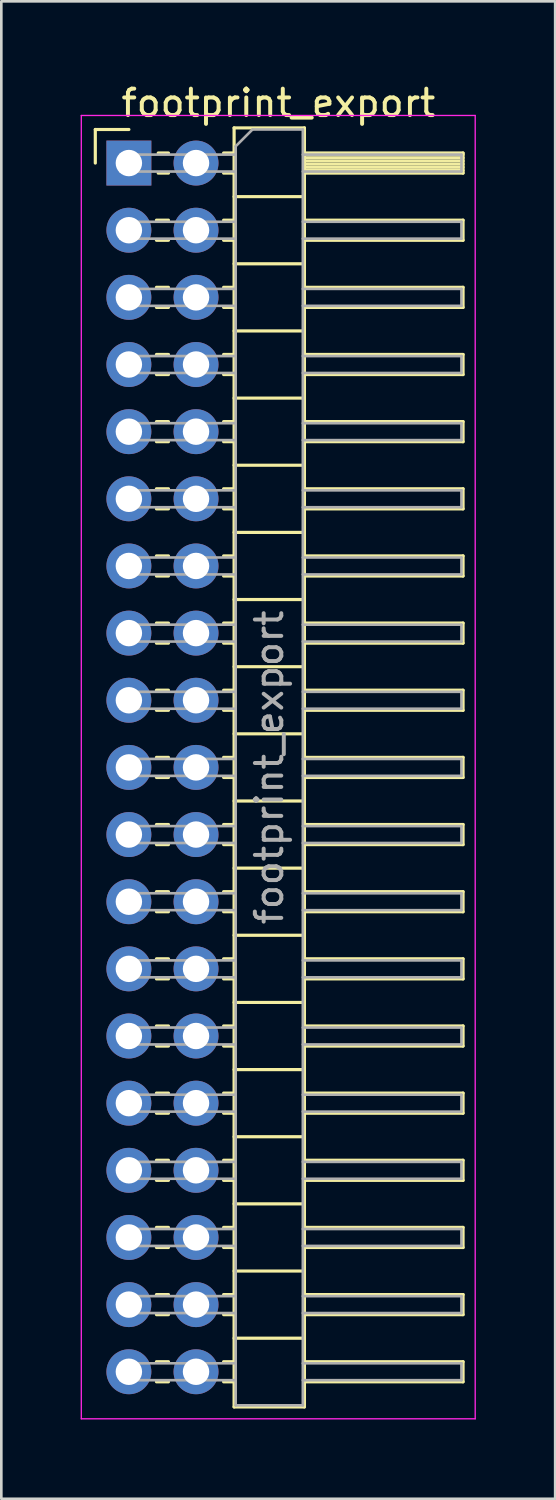
<source format=kicad_pcb>
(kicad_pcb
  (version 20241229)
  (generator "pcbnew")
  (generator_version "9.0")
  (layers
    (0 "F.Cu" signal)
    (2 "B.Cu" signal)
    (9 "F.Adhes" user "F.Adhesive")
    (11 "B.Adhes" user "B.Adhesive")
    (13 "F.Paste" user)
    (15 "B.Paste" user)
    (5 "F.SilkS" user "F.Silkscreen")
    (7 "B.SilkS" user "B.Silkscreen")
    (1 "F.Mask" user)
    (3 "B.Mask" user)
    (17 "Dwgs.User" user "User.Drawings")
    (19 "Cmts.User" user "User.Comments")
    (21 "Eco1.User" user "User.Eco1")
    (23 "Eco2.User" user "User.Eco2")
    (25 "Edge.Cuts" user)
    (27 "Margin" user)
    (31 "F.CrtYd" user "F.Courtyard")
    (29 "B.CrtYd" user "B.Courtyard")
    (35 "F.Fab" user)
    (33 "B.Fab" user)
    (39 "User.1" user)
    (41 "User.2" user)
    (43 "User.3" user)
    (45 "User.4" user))
  (footprint "footprint_export"
    (layer "F.Cu")
    (at 1.825 3.118)
    (property "Reference" "footprint_export" (at 5.655 -2.27 0) (layer "F.SilkS") (effects (font (size 1 1) (thickness 0.15))))
    (attr through_hole)
    (fp_line (start -1.27 -1.27) (end 0 -1.27) (stroke (width 0.12) (type solid)) (layer "F.SilkS"))
    (fp_line (start -1.27 0) (end -1.27 -1.27) (stroke (width 0.12) (type solid)) (layer "F.SilkS"))
    (fp_line (start 1.043 2.16) (end 1.497 2.16) (stroke (width 0.12) (type solid)) (layer "F.SilkS"))
    (fp_line (start 1.043 2.92) (end 1.497 2.92) (stroke (width 0.12) (type solid)) (layer "F.SilkS"))
    (fp_line (start 1.043 4.7) (end 1.497 4.7) (stroke (width 0.12) (type solid)) (layer "F.SilkS"))
    (fp_line (start 1.043 5.46) (end 1.497 5.46) (stroke (width 0.12) (type solid)) (layer "F.SilkS"))
    (fp_line (start 1.043 7.24) (end 1.497 7.24) (stroke (width 0.12) (type solid)) (layer "F.SilkS"))
    (fp_line (start 1.043 8) (end 1.497 8) (stroke (width 0.12) (type solid)) (layer "F.SilkS"))
    (fp_line (start 1.043 9.78) (end 1.497 9.78) (stroke (width 0.12) (type solid)) (layer "F.SilkS"))
    (fp_line (start 1.043 10.54) (end 1.497 10.54) (stroke (width 0.12) (type solid)) (layer "F.SilkS"))
    (fp_line (start 1.043 12.32) (end 1.497 12.32) (stroke (width 0.12) (type solid)) (layer "F.SilkS"))
    (fp_line (start 1.043 13.08) (end 1.497 13.08) (stroke (width 0.12) (type solid)) (layer "F.SilkS"))
    (fp_line (start 1.043 14.86) (end 1.497 14.86) (stroke (width 0.12) (type solid)) (layer "F.SilkS"))
    (fp_line (start 1.043 15.62) (end 1.497 15.62) (stroke (width 0.12) (type solid)) (layer "F.SilkS"))
    (fp_line (start 1.043 17.4) (end 1.497 17.4) (stroke (width 0.12) (type solid)) (layer "F.SilkS"))
    (fp_line (start 1.043 18.16) (end 1.497 18.16) (stroke (width 0.12) (type solid)) (layer "F.SilkS"))
    (fp_line (start 1.043 19.94) (end 1.497 19.94) (stroke (width 0.12) (type solid)) (layer "F.SilkS"))
    (fp_line (start 1.043 20.7) (end 1.497 20.7) (stroke (width 0.12) (type solid)) (layer "F.SilkS"))
    (fp_line (start 1.043 22.48) (end 1.497 22.48) (stroke (width 0.12) (type solid)) (layer "F.SilkS"))
    (fp_line (start 1.043 23.24) (end 1.497 23.24) (stroke (width 0.12) (type solid)) (layer "F.SilkS"))
    (fp_line (start 1.043 25.02) (end 1.497 25.02) (stroke (width 0.12) (type solid)) (layer "F.SilkS"))
    (fp_line (start 1.043 25.78) (end 1.497 25.78) (stroke (width 0.12) (type solid)) (layer "F.SilkS"))
    (fp_line (start 1.043 27.56) (end 1.497 27.56) (stroke (width 0.12) (type solid)) (layer "F.SilkS"))
    (fp_line (start 1.043 28.32) (end 1.497 28.32) (stroke (width 0.12) (type solid)) (layer "F.SilkS"))
    (fp_line (start 1.043 30.1) (end 1.497 30.1) (stroke (width 0.12) (type solid)) (layer "F.SilkS"))
    (fp_line (start 1.043 30.86) (end 1.497 30.86) (stroke (width 0.12) (type solid)) (layer "F.SilkS"))
    (fp_line (start 1.043 32.64) (end 1.497 32.64) (stroke (width 0.12) (type solid)) (layer "F.SilkS"))
    (fp_line (start 1.043 33.4) (end 1.497 33.4) (stroke (width 0.12) (type solid)) (layer "F.SilkS"))
    (fp_line (start 1.043 35.18) (end 1.497 35.18) (stroke (width 0.12) (type solid)) (layer "F.SilkS"))
    (fp_line (start 1.043 35.94) (end 1.497 35.94) (stroke (width 0.12) (type solid)) (layer "F.SilkS"))
    (fp_line (start 1.043 37.72) (end 1.497 37.72) (stroke (width 0.12) (type solid)) (layer "F.SilkS"))
    (fp_line (start 1.043 38.48) (end 1.497 38.48) (stroke (width 0.12) (type solid)) (layer "F.SilkS"))
    (fp_line (start 1.043 40.26) (end 1.497 40.26) (stroke (width 0.12) (type solid)) (layer "F.SilkS"))
    (fp_line (start 1.043 41.02) (end 1.497 41.02) (stroke (width 0.12) (type solid)) (layer "F.SilkS"))
    (fp_line (start 1.043 42.8) (end 1.497 42.8) (stroke (width 0.12) (type solid)) (layer "F.SilkS"))
    (fp_line (start 1.043 43.56) (end 1.497 43.56) (stroke (width 0.12) (type solid)) (layer "F.SilkS"))
    (fp_line (start 1.043 45.34) (end 1.497 45.34) (stroke (width 0.12) (type solid)) (layer "F.SilkS"))
    (fp_line (start 1.043 46.1) (end 1.497 46.1) (stroke (width 0.12) (type solid)) (layer "F.SilkS"))
    (fp_line (start 1.11 -0.38) (end 1.497 -0.38) (stroke (width 0.12) (type solid)) (layer "F.SilkS"))
    (fp_line (start 1.11 0.38) (end 1.497 0.38) (stroke (width 0.12) (type solid)) (layer "F.SilkS"))
    (fp_line (start 3.583 -0.38) (end 3.98 -0.38) (stroke (width 0.12) (type solid)) (layer "F.SilkS"))
    (fp_line (start 3.583 0.38) (end 3.98 0.38) (stroke (width 0.12) (type solid)) (layer "F.SilkS"))
    (fp_line (start 3.583 2.16) (end 3.98 2.16) (stroke (width 0.12) (type solid)) (layer "F.SilkS"))
    (fp_line (start 3.583 2.92) (end 3.98 2.92) (stroke (width 0.12) (type solid)) (layer "F.SilkS"))
    (fp_line (start 3.583 4.7) (end 3.98 4.7) (stroke (width 0.12) (type solid)) (layer "F.SilkS"))
    (fp_line (start 3.583 5.46) (end 3.98 5.46) (stroke (width 0.12) (type solid)) (layer "F.SilkS"))
    (fp_line (start 3.583 7.24) (end 3.98 7.24) (stroke (width 0.12) (type solid)) (layer "F.SilkS"))
    (fp_line (start 3.583 8) (end 3.98 8) (stroke (width 0.12) (type solid)) (layer "F.SilkS"))
    (fp_line (start 3.583 9.78) (end 3.98 9.78) (stroke (width 0.12) (type solid)) (layer "F.SilkS"))
    (fp_line (start 3.583 10.54) (end 3.98 10.54) (stroke (width 0.12) (type solid)) (layer "F.SilkS"))
    (fp_line (start 3.583 12.32) (end 3.98 12.32) (stroke (width 0.12) (type solid)) (layer "F.SilkS"))
    (fp_line (start 3.583 13.08) (end 3.98 13.08) (stroke (width 0.12) (type solid)) (layer "F.SilkS"))
    (fp_line (start 3.583 14.86) (end 3.98 14.86) (stroke (width 0.12) (type solid)) (layer "F.SilkS"))
    (fp_line (start 3.583 15.62) (end 3.98 15.62) (stroke (width 0.12) (type solid)) (layer "F.SilkS"))
    (fp_line (start 3.583 17.4) (end 3.98 17.4) (stroke (width 0.12) (type solid)) (layer "F.SilkS"))
    (fp_line (start 3.583 18.16) (end 3.98 18.16) (stroke (width 0.12) (type solid)) (layer "F.SilkS"))
    (fp_line (start 3.583 19.94) (end 3.98 19.94) (stroke (width 0.12) (type solid)) (layer "F.SilkS"))
    (fp_line (start 3.583 20.7) (end 3.98 20.7) (stroke (width 0.12) (type solid)) (layer "F.SilkS"))
    (fp_line (start 3.583 22.48) (end 3.98 22.48) (stroke (width 0.12) (type solid)) (layer "F.SilkS"))
    (fp_line (start 3.583 23.24) (end 3.98 23.24) (stroke (width 0.12) (type solid)) (layer "F.SilkS"))
    (fp_line (start 3.583 25.02) (end 3.98 25.02) (stroke (width 0.12) (type solid)) (layer "F.SilkS"))
    (fp_line (start 3.583 25.78) (end 3.98 25.78) (stroke (width 0.12) (type solid)) (layer "F.SilkS"))
    (fp_line (start 3.583 27.56) (end 3.98 27.56) (stroke (width 0.12) (type solid)) (layer "F.SilkS"))
    (fp_line (start 3.583 28.32) (end 3.98 28.32) (stroke (width 0.12) (type solid)) (layer "F.SilkS"))
    (fp_line (start 3.583 30.1) (end 3.98 30.1) (stroke (width 0.12) (type solid)) (layer "F.SilkS"))
    (fp_line (start 3.583 30.86) (end 3.98 30.86) (stroke (width 0.12) (type solid)) (layer "F.SilkS"))
    (fp_line (start 3.583 32.64) (end 3.98 32.64) (stroke (width 0.12) (type solid)) (layer "F.SilkS"))
    (fp_line (start 3.583 33.4) (end 3.98 33.4) (stroke (width 0.12) (type solid)) (layer "F.SilkS"))
    (fp_line (start 3.583 35.18) (end 3.98 35.18) (stroke (width 0.12) (type solid)) (layer "F.SilkS"))
    (fp_line (start 3.583 35.94) (end 3.98 35.94) (stroke (width 0.12) (type solid)) (layer "F.SilkS"))
    (fp_line (start 3.583 37.72) (end 3.98 37.72) (stroke (width 0.12) (type solid)) (layer "F.SilkS"))
    (fp_line (start 3.583 38.48) (end 3.98 38.48) (stroke (width 0.12) (type solid)) (layer "F.SilkS"))
    (fp_line (start 3.583 40.26) (end 3.98 40.26) (stroke (width 0.12) (type solid)) (layer "F.SilkS"))
    (fp_line (start 3.583 41.02) (end 3.98 41.02) (stroke (width 0.12) (type solid)) (layer "F.SilkS"))
    (fp_line (start 3.583 42.8) (end 3.98 42.8) (stroke (width 0.12) (type solid)) (layer "F.SilkS"))
    (fp_line (start 3.583 43.56) (end 3.98 43.56) (stroke (width 0.12) (type solid)) (layer "F.SilkS"))
    (fp_line (start 3.583 45.34) (end 3.98 45.34) (stroke (width 0.12) (type solid)) (layer "F.SilkS"))
    (fp_line (start 3.583 46.1) (end 3.98 46.1) (stroke (width 0.12) (type solid)) (layer "F.SilkS"))
    (fp_line (start 3.98 -1.33) (end 3.98 47.05) (stroke (width 0.12) (type solid)) (layer "F.SilkS"))
    (fp_line (start 3.98 1.27) (end 6.64 1.27) (stroke (width 0.12) (type solid)) (layer "F.SilkS"))
    (fp_line (start 3.98 3.81) (end 6.64 3.81) (stroke (width 0.12) (type solid)) (layer "F.SilkS"))
    (fp_line (start 3.98 6.35) (end 6.64 6.35) (stroke (width 0.12) (type solid)) (layer "F.SilkS"))
    (fp_line (start 3.98 8.89) (end 6.64 8.89) (stroke (width 0.12) (type solid)) (layer "F.SilkS"))
    (fp_line (start 3.98 11.43) (end 6.64 11.43) (stroke (width 0.12) (type solid)) (layer "F.SilkS"))
    (fp_line (start 3.98 13.97) (end 6.64 13.97) (stroke (width 0.12) (type solid)) (layer "F.SilkS"))
    (fp_line (start 3.98 16.51) (end 6.64 16.51) (stroke (width 0.12) (type solid)) (layer "F.SilkS"))
    (fp_line (start 3.98 19.05) (end 6.64 19.05) (stroke (width 0.12) (type solid)) (layer "F.SilkS"))
    (fp_line (start 3.98 21.59) (end 6.64 21.59) (stroke (width 0.12) (type solid)) (layer "F.SilkS"))
    (fp_line (start 3.98 24.13) (end 6.64 24.13) (stroke (width 0.12) (type solid)) (layer "F.SilkS"))
    (fp_line (start 3.98 26.67) (end 6.64 26.67) (stroke (width 0.12) (type solid)) (layer "F.SilkS"))
    (fp_line (start 3.98 29.21) (end 6.64 29.21) (stroke (width 0.12) (type solid)) (layer "F.SilkS"))
    (fp_line (start 3.98 31.75) (end 6.64 31.75) (stroke (width 0.12) (type solid)) (layer "F.SilkS"))
    (fp_line (start 3.98 34.29) (end 6.64 34.29) (stroke (width 0.12) (type solid)) (layer "F.SilkS"))
    (fp_line (start 3.98 36.83) (end 6.64 36.83) (stroke (width 0.12) (type solid)) (layer "F.SilkS"))
    (fp_line (start 3.98 39.37) (end 6.64 39.37) (stroke (width 0.12) (type solid)) (layer "F.SilkS"))
    (fp_line (start 3.98 41.91) (end 6.64 41.91) (stroke (width 0.12) (type solid)) (layer "F.SilkS"))
    (fp_line (start 3.98 44.45) (end 6.64 44.45) (stroke (width 0.12) (type solid)) (layer "F.SilkS"))
    (fp_line (start 3.98 47.05) (end 6.64 47.05) (stroke (width 0.12) (type solid)) (layer "F.SilkS"))
    (fp_line (start 6.64 -1.33) (end 3.98 -1.33) (stroke (width 0.12) (type solid)) (layer "F.SilkS"))
    (fp_line (start 6.64 -0.38) (end 12.64 -0.38) (stroke (width 0.12) (type solid)) (layer "F.SilkS"))
    (fp_line (start 6.64 -0.32) (end 12.64 -0.32) (stroke (width 0.12) (type solid)) (layer "F.SilkS"))
    (fp_line (start 6.64 -0.2) (end 12.64 -0.2) (stroke (width 0.12) (type solid)) (layer "F.SilkS"))
    (fp_line (start 6.64 -0.08) (end 12.64 -0.08) (stroke (width 0.12) (type solid)) (layer "F.SilkS"))
    (fp_line (start 6.64 0.04) (end 12.64 0.04) (stroke (width 0.12) (type solid)) (layer "F.SilkS"))
    (fp_line (start 6.64 0.16) (end 12.64 0.16) (stroke (width 0.12) (type solid)) (layer "F.SilkS"))
    (fp_line (start 6.64 0.28) (end 12.64 0.28) (stroke (width 0.12) (type solid)) (layer "F.SilkS"))
    (fp_line (start 6.64 2.16) (end 12.64 2.16) (stroke (width 0.12) (type solid)) (layer "F.SilkS"))
    (fp_line (start 6.64 4.7) (end 12.64 4.7) (stroke (width 0.12) (type solid)) (layer "F.SilkS"))
    (fp_line (start 6.64 7.24) (end 12.64 7.24) (stroke (width 0.12) (type solid)) (layer "F.SilkS"))
    (fp_line (start 6.64 9.78) (end 12.64 9.78) (stroke (width 0.12) (type solid)) (layer "F.SilkS"))
    (fp_line (start 6.64 12.32) (end 12.64 12.32) (stroke (width 0.12) (type solid)) (layer "F.SilkS"))
    (fp_line (start 6.64 14.86) (end 12.64 14.86) (stroke (width 0.12) (type solid)) (layer "F.SilkS"))
    (fp_line (start 6.64 17.4) (end 12.64 17.4) (stroke (width 0.12) (type solid)) (layer "F.SilkS"))
    (fp_line (start 6.64 19.94) (end 12.64 19.94) (stroke (width 0.12) (type solid)) (layer "F.SilkS"))
    (fp_line (start 6.64 22.48) (end 12.64 22.48) (stroke (width 0.12) (type solid)) (layer "F.SilkS"))
    (fp_line (start 6.64 25.02) (end 12.64 25.02) (stroke (width 0.12) (type solid)) (layer "F.SilkS"))
    (fp_line (start 6.64 27.56) (end 12.64 27.56) (stroke (width 0.12) (type solid)) (layer "F.SilkS"))
    (fp_line (start 6.64 30.1) (end 12.64 30.1) (stroke (width 0.12) (type solid)) (layer "F.SilkS"))
    (fp_line (start 6.64 32.64) (end 12.64 32.64) (stroke (width 0.12) (type solid)) (layer "F.SilkS"))
    (fp_line (start 6.64 35.18) (end 12.64 35.18) (stroke (width 0.12) (type solid)) (layer "F.SilkS"))
    (fp_line (start 6.64 37.72) (end 12.64 37.72) (stroke (width 0.12) (type solid)) (layer "F.SilkS"))
    (fp_line (start 6.64 40.26) (end 12.64 40.26) (stroke (width 0.12) (type solid)) (layer "F.SilkS"))
    (fp_line (start 6.64 42.8) (end 12.64 42.8) (stroke (width 0.12) (type solid)) (layer "F.SilkS"))
    (fp_line (start 6.64 45.34) (end 12.64 45.34) (stroke (width 0.12) (type solid)) (layer "F.SilkS"))
    (fp_line (start 6.64 47.05) (end 6.64 -1.33) (stroke (width 0.12) (type solid)) (layer "F.SilkS"))
    (fp_line (start 12.64 -0.38) (end 12.64 0.38) (stroke (width 0.12) (type solid)) (layer "F.SilkS"))
    (fp_line (start 12.64 0.38) (end 6.64 0.38) (stroke (width 0.12) (type solid)) (layer "F.SilkS"))
    (fp_line (start 12.64 2.16) (end 12.64 2.92) (stroke (width 0.12) (type solid)) (layer "F.SilkS"))
    (fp_line (start 12.64 2.92) (end 6.64 2.92) (stroke (width 0.12) (type solid)) (layer "F.SilkS"))
    (fp_line (start 12.64 4.7) (end 12.64 5.46) (stroke (width 0.12) (type solid)) (layer "F.SilkS"))
    (fp_line (start 12.64 5.46) (end 6.64 5.46) (stroke (width 0.12) (type solid)) (layer "F.SilkS"))
    (fp_line (start 12.64 7.24) (end 12.64 8) (stroke (width 0.12) (type solid)) (layer "F.SilkS"))
    (fp_line (start 12.64 8) (end 6.64 8) (stroke (width 0.12) (type solid)) (layer "F.SilkS"))
    (fp_line (start 12.64 9.78) (end 12.64 10.54) (stroke (width 0.12) (type solid)) (layer "F.SilkS"))
    (fp_line (start 12.64 10.54) (end 6.64 10.54) (stroke (width 0.12) (type solid)) (layer "F.SilkS"))
    (fp_line (start 12.64 12.32) (end 12.64 13.08) (stroke (width 0.12) (type solid)) (layer "F.SilkS"))
    (fp_line (start 12.64 13.08) (end 6.64 13.08) (stroke (width 0.12) (type solid)) (layer "F.SilkS"))
    (fp_line (start 12.64 14.86) (end 12.64 15.62) (stroke (width 0.12) (type solid)) (layer "F.SilkS"))
    (fp_line (start 12.64 15.62) (end 6.64 15.62) (stroke (width 0.12) (type solid)) (layer "F.SilkS"))
    (fp_line (start 12.64 17.4) (end 12.64 18.16) (stroke (width 0.12) (type solid)) (layer "F.SilkS"))
    (fp_line (start 12.64 18.16) (end 6.64 18.16) (stroke (width 0.12) (type solid)) (layer "F.SilkS"))
    (fp_line (start 12.64 19.94) (end 12.64 20.7) (stroke (width 0.12) (type solid)) (layer "F.SilkS"))
    (fp_line (start 12.64 20.7) (end 6.64 20.7) (stroke (width 0.12) (type solid)) (layer "F.SilkS"))
    (fp_line (start 12.64 22.48) (end 12.64 23.24) (stroke (width 0.12) (type solid)) (layer "F.SilkS"))
    (fp_line (start 12.64 23.24) (end 6.64 23.24) (stroke (width 0.12) (type solid)) (layer "F.SilkS"))
    (fp_line (start 12.64 25.02) (end 12.64 25.78) (stroke (width 0.12) (type solid)) (layer "F.SilkS"))
    (fp_line (start 12.64 25.78) (end 6.64 25.78) (stroke (width 0.12) (type solid)) (layer "F.SilkS"))
    (fp_line (start 12.64 27.56) (end 12.64 28.32) (stroke (width 0.12) (type solid)) (layer "F.SilkS"))
    (fp_line (start 12.64 28.32) (end 6.64 28.32) (stroke (width 0.12) (type solid)) (layer "F.SilkS"))
    (fp_line (start 12.64 30.1) (end 12.64 30.86) (stroke (width 0.12) (type solid)) (layer "F.SilkS"))
    (fp_line (start 12.64 30.86) (end 6.64 30.86) (stroke (width 0.12) (type solid)) (layer "F.SilkS"))
    (fp_line (start 12.64 32.64) (end 12.64 33.4) (stroke (width 0.12) (type solid)) (layer "F.SilkS"))
    (fp_line (start 12.64 33.4) (end 6.64 33.4) (stroke (width 0.12) (type solid)) (layer "F.SilkS"))
    (fp_line (start 12.64 35.18) (end 12.64 35.94) (stroke (width 0.12) (type solid)) (layer "F.SilkS"))
    (fp_line (start 12.64 35.94) (end 6.64 35.94) (stroke (width 0.12) (type solid)) (layer "F.SilkS"))
    (fp_line (start 12.64 37.72) (end 12.64 38.48) (stroke (width 0.12) (type solid)) (layer "F.SilkS"))
    (fp_line (start 12.64 38.48) (end 6.64 38.48) (stroke (width 0.12) (type solid)) (layer "F.SilkS"))
    (fp_line (start 12.64 40.26) (end 12.64 41.02) (stroke (width 0.12) (type solid)) (layer "F.SilkS"))
    (fp_line (start 12.64 41.02) (end 6.64 41.02) (stroke (width 0.12) (type solid)) (layer "F.SilkS"))
    (fp_line (start 12.64 42.8) (end 12.64 43.56) (stroke (width 0.12) (type solid)) (layer "F.SilkS"))
    (fp_line (start 12.64 43.56) (end 6.64 43.56) (stroke (width 0.12) (type solid)) (layer "F.SilkS"))
    (fp_line (start 12.64 45.34) (end 12.64 46.1) (stroke (width 0.12) (type solid)) (layer "F.SilkS"))
    (fp_line (start 12.64 46.1) (end 6.64 46.1) (stroke (width 0.12) (type solid)) (layer "F.SilkS"))
    (fp_line (start -1.8 -1.8) (end -1.8 47.5) (stroke (width 0.05) (type solid)) (layer "F.CrtYd"))
    (fp_line (start -1.8 47.5) (end 13.1 47.5) (stroke (width 0.05) (type solid)) (layer "F.CrtYd"))
    (fp_line (start 13.1 -1.8) (end -1.8 -1.8) (stroke (width 0.05) (type solid)) (layer "F.CrtYd"))
    (fp_line (start 13.1 47.5) (end 13.1 -1.8) (stroke (width 0.05) (type solid)) (layer "F.CrtYd"))
    (fp_line (start -0.32 -0.32) (end -0.32 0.32) (stroke (width 0.1) (type solid)) (layer "F.Fab"))
    (fp_line (start -0.32 -0.32) (end 4.04 -0.32) (stroke (width 0.1) (type solid)) (layer "F.Fab"))
    (fp_line (start -0.32 0.32) (end 4.04 0.32) (stroke (width 0.1) (type solid)) (layer "F.Fab"))
    (fp_line (start -0.32 2.22) (end -0.32 2.86) (stroke (width 0.1) (type solid)) (layer "F.Fab"))
    (fp_line (start -0.32 2.22) (end 4.04 2.22) (stroke (width 0.1) (type solid)) (layer "F.Fab"))
    (fp_line (start -0.32 2.86) (end 4.04 2.86) (stroke (width 0.1) (type solid)) (layer "F.Fab"))
    (fp_line (start -0.32 4.76) (end -0.32 5.4) (stroke (width 0.1) (type solid)) (layer "F.Fab"))
    (fp_line (start -0.32 4.76) (end 4.04 4.76) (stroke (width 0.1) (type solid)) (layer "F.Fab"))
    (fp_line (start -0.32 5.4) (end 4.04 5.4) (stroke (width 0.1) (type solid)) (layer "F.Fab"))
    (fp_line (start -0.32 7.3) (end -0.32 7.94) (stroke (width 0.1) (type solid)) (layer "F.Fab"))
    (fp_line (start -0.32 7.3) (end 4.04 7.3) (stroke (width 0.1) (type solid)) (layer "F.Fab"))
    (fp_line (start -0.32 7.94) (end 4.04 7.94) (stroke (width 0.1) (type solid)) (layer "F.Fab"))
    (fp_line (start -0.32 9.84) (end -0.32 10.48) (stroke (width 0.1) (type solid)) (layer "F.Fab"))
    (fp_line (start -0.32 9.84) (end 4.04 9.84) (stroke (width 0.1) (type solid)) (layer "F.Fab"))
    (fp_line (start -0.32 10.48) (end 4.04 10.48) (stroke (width 0.1) (type solid)) (layer "F.Fab"))
    (fp_line (start -0.32 12.38) (end -0.32 13.02) (stroke (width 0.1) (type solid)) (layer "F.Fab"))
    (fp_line (start -0.32 12.38) (end 4.04 12.38) (stroke (width 0.1) (type solid)) (layer "F.Fab"))
    (fp_line (start -0.32 13.02) (end 4.04 13.02) (stroke (width 0.1) (type solid)) (layer "F.Fab"))
    (fp_line (start -0.32 14.92) (end -0.32 15.56) (stroke (width 0.1) (type solid)) (layer "F.Fab"))
    (fp_line (start -0.32 14.92) (end 4.04 14.92) (stroke (width 0.1) (type solid)) (layer "F.Fab"))
    (fp_line (start -0.32 15.56) (end 4.04 15.56) (stroke (width 0.1) (type solid)) (layer "F.Fab"))
    (fp_line (start -0.32 17.46) (end -0.32 18.1) (stroke (width 0.1) (type solid)) (layer "F.Fab"))
    (fp_line (start -0.32 17.46) (end 4.04 17.46) (stroke (width 0.1) (type solid)) (layer "F.Fab"))
    (fp_line (start -0.32 18.1) (end 4.04 18.1) (stroke (width 0.1) (type solid)) (layer "F.Fab"))
    (fp_line (start -0.32 20) (end -0.32 20.64) (stroke (width 0.1) (type solid)) (layer "F.Fab"))
    (fp_line (start -0.32 20) (end 4.04 20) (stroke (width 0.1) (type solid)) (layer "F.Fab"))
    (fp_line (start -0.32 20.64) (end 4.04 20.64) (stroke (width 0.1) (type solid)) (layer "F.Fab"))
    (fp_line (start -0.32 22.54) (end -0.32 23.18) (stroke (width 0.1) (type solid)) (layer "F.Fab"))
    (fp_line (start -0.32 22.54) (end 4.04 22.54) (stroke (width 0.1) (type solid)) (layer "F.Fab"))
    (fp_line (start -0.32 23.18) (end 4.04 23.18) (stroke (width 0.1) (type solid)) (layer "F.Fab"))
    (fp_line (start -0.32 25.08) (end -0.32 25.72) (stroke (width 0.1) (type solid)) (layer "F.Fab"))
    (fp_line (start -0.32 25.08) (end 4.04 25.08) (stroke (width 0.1) (type solid)) (layer "F.Fab"))
    (fp_line (start -0.32 25.72) (end 4.04 25.72) (stroke (width 0.1) (type solid)) (layer "F.Fab"))
    (fp_line (start -0.32 27.62) (end -0.32 28.26) (stroke (width 0.1) (type solid)) (layer "F.Fab"))
    (fp_line (start -0.32 27.62) (end 4.04 27.62) (stroke (width 0.1) (type solid)) (layer "F.Fab"))
    (fp_line (start -0.32 28.26) (end 4.04 28.26) (stroke (width 0.1) (type solid)) (layer "F.Fab"))
    (fp_line (start -0.32 30.16) (end -0.32 30.8) (stroke (width 0.1) (type solid)) (layer "F.Fab"))
    (fp_line (start -0.32 30.16) (end 4.04 30.16) (stroke (width 0.1) (type solid)) (layer "F.Fab"))
    (fp_line (start -0.32 30.8) (end 4.04 30.8) (stroke (width 0.1) (type solid)) (layer "F.Fab"))
    (fp_line (start -0.32 32.7) (end -0.32 33.34) (stroke (width 0.1) (type solid)) (layer "F.Fab"))
    (fp_line (start -0.32 32.7) (end 4.04 32.7) (stroke (width 0.1) (type solid)) (layer "F.Fab"))
    (fp_line (start -0.32 33.34) (end 4.04 33.34) (stroke (width 0.1) (type solid)) (layer "F.Fab"))
    (fp_line (start -0.32 35.24) (end -0.32 35.88) (stroke (width 0.1) (type solid)) (layer "F.Fab"))
    (fp_line (start -0.32 35.24) (end 4.04 35.24) (stroke (width 0.1) (type solid)) (layer "F.Fab"))
    (fp_line (start -0.32 35.88) (end 4.04 35.88) (stroke (width 0.1) (type solid)) (layer "F.Fab"))
    (fp_line (start -0.32 37.78) (end -0.32 38.42) (stroke (width 0.1) (type solid)) (layer "F.Fab"))
    (fp_line (start -0.32 37.78) (end 4.04 37.78) (stroke (width 0.1) (type solid)) (layer "F.Fab"))
    (fp_line (start -0.32 38.42) (end 4.04 38.42) (stroke (width 0.1) (type solid)) (layer "F.Fab"))
    (fp_line (start -0.32 40.32) (end -0.32 40.96) (stroke (width 0.1) (type solid)) (layer "F.Fab"))
    (fp_line (start -0.32 40.32) (end 4.04 40.32) (stroke (width 0.1) (type solid)) (layer "F.Fab"))
    (fp_line (start -0.32 40.96) (end 4.04 40.96) (stroke (width 0.1) (type solid)) (layer "F.Fab"))
    (fp_line (start -0.32 42.86) (end -0.32 43.5) (stroke (width 0.1) (type solid)) (layer "F.Fab"))
    (fp_line (start -0.32 42.86) (end 4.04 42.86) (stroke (width 0.1) (type solid)) (layer "F.Fab"))
    (fp_line (start -0.32 43.5) (end 4.04 43.5) (stroke (width 0.1) (type solid)) (layer "F.Fab"))
    (fp_line (start -0.32 45.4) (end -0.32 46.04) (stroke (width 0.1) (type solid)) (layer "F.Fab"))
    (fp_line (start -0.32 45.4) (end 4.04 45.4) (stroke (width 0.1) (type solid)) (layer "F.Fab"))
    (fp_line (start -0.32 46.04) (end 4.04 46.04) (stroke (width 0.1) (type solid)) (layer "F.Fab"))
    (fp_line (start 4.04 -0.635) (end 4.675 -1.27) (stroke (width 0.1) (type solid)) (layer "F.Fab"))
    (fp_line (start 4.04 46.99) (end 4.04 -0.635) (stroke (width 0.1) (type solid)) (layer "F.Fab"))
    (fp_line (start 4.675 -1.27) (end 6.58 -1.27) (stroke (width 0.1) (type solid)) (layer "F.Fab"))
    (fp_line (start 6.58 -1.27) (end 6.58 46.99) (stroke (width 0.1) (type solid)) (layer "F.Fab"))
    (fp_line (start 6.58 -0.32) (end 12.58 -0.32) (stroke (width 0.1) (type solid)) (layer "F.Fab"))
    (fp_line (start 6.58 0.32) (end 12.58 0.32) (stroke (width 0.1) (type solid)) (layer "F.Fab"))
    (fp_line (start 6.58 2.22) (end 12.58 2.22) (stroke (width 0.1) (type solid)) (layer "F.Fab"))
    (fp_line (start 6.58 2.86) (end 12.58 2.86) (stroke (width 0.1) (type solid)) (layer "F.Fab"))
    (fp_line (start 6.58 4.76) (end 12.58 4.76) (stroke (width 0.1) (type solid)) (layer "F.Fab"))
    (fp_line (start 6.58 5.4) (end 12.58 5.4) (stroke (width 0.1) (type solid)) (layer "F.Fab"))
    (fp_line (start 6.58 7.3) (end 12.58 7.3) (stroke (width 0.1) (type solid)) (layer "F.Fab"))
    (fp_line (start 6.58 7.94) (end 12.58 7.94) (stroke (width 0.1) (type solid)) (layer "F.Fab"))
    (fp_line (start 6.58 9.84) (end 12.58 9.84) (stroke (width 0.1) (type solid)) (layer "F.Fab"))
    (fp_line (start 6.58 10.48) (end 12.58 10.48) (stroke (width 0.1) (type solid)) (layer "F.Fab"))
    (fp_line (start 6.58 12.38) (end 12.58 12.38) (stroke (width 0.1) (type solid)) (layer "F.Fab"))
    (fp_line (start 6.58 13.02) (end 12.58 13.02) (stroke (width 0.1) (type solid)) (layer "F.Fab"))
    (fp_line (start 6.58 14.92) (end 12.58 14.92) (stroke (width 0.1) (type solid)) (layer "F.Fab"))
    (fp_line (start 6.58 15.56) (end 12.58 15.56) (stroke (width 0.1) (type solid)) (layer "F.Fab"))
    (fp_line (start 6.58 17.46) (end 12.58 17.46) (stroke (width 0.1) (type solid)) (layer "F.Fab"))
    (fp_line (start 6.58 18.1) (end 12.58 18.1) (stroke (width 0.1) (type solid)) (layer "F.Fab"))
    (fp_line (start 6.58 20) (end 12.58 20) (stroke (width 0.1) (type solid)) (layer "F.Fab"))
    (fp_line (start 6.58 20.64) (end 12.58 20.64) (stroke (width 0.1) (type solid)) (layer "F.Fab"))
    (fp_line (start 6.58 22.54) (end 12.58 22.54) (stroke (width 0.1) (type solid)) (layer "F.Fab"))
    (fp_line (start 6.58 23.18) (end 12.58 23.18) (stroke (width 0.1) (type solid)) (layer "F.Fab"))
    (fp_line (start 6.58 25.08) (end 12.58 25.08) (stroke (width 0.1) (type solid)) (layer "F.Fab"))
    (fp_line (start 6.58 25.72) (end 12.58 25.72) (stroke (width 0.1) (type solid)) (layer "F.Fab"))
    (fp_line (start 6.58 27.62) (end 12.58 27.62) (stroke (width 0.1) (type solid)) (layer "F.Fab"))
    (fp_line (start 6.58 28.26) (end 12.58 28.26) (stroke (width 0.1) (type solid)) (layer "F.Fab"))
    (fp_line (start 6.58 30.16) (end 12.58 30.16) (stroke (width 0.1) (type solid)) (layer "F.Fab"))
    (fp_line (start 6.58 30.8) (end 12.58 30.8) (stroke (width 0.1) (type solid)) (layer "F.Fab"))
    (fp_line (start 6.58 32.7) (end 12.58 32.7) (stroke (width 0.1) (type solid)) (layer "F.Fab"))
    (fp_line (start 6.58 33.34) (end 12.58 33.34) (stroke (width 0.1) (type solid)) (layer "F.Fab"))
    (fp_line (start 6.58 35.24) (end 12.58 35.24) (stroke (width 0.1) (type solid)) (layer "F.Fab"))
    (fp_line (start 6.58 35.88) (end 12.58 35.88) (stroke (width 0.1) (type solid)) (layer "F.Fab"))
    (fp_line (start 6.58 37.78) (end 12.58 37.78) (stroke (width 0.1) (type solid)) (layer "F.Fab"))
    (fp_line (start 6.58 38.42) (end 12.58 38.42) (stroke (width 0.1) (type solid)) (layer "F.Fab"))
    (fp_line (start 6.58 40.32) (end 12.58 40.32) (stroke (width 0.1) (type solid)) (layer "F.Fab"))
    (fp_line (start 6.58 40.96) (end 12.58 40.96) (stroke (width 0.1) (type solid)) (layer "F.Fab"))
    (fp_line (start 6.58 42.86) (end 12.58 42.86) (stroke (width 0.1) (type solid)) (layer "F.Fab"))
    (fp_line (start 6.58 43.5) (end 12.58 43.5) (stroke (width 0.1) (type solid)) (layer "F.Fab"))
    (fp_line (start 6.58 45.4) (end 12.58 45.4) (stroke (width 0.1) (type solid)) (layer "F.Fab"))
    (fp_line (start 6.58 46.04) (end 12.58 46.04) (stroke (width 0.1) (type solid)) (layer "F.Fab"))
    (fp_line (start 6.58 46.99) (end 4.04 46.99) (stroke (width 0.1) (type solid)) (layer "F.Fab"))
    (fp_line (start 12.58 -0.32) (end 12.58 0.32) (stroke (width 0.1) (type solid)) (layer "F.Fab"))
    (fp_line (start 12.58 2.22) (end 12.58 2.86) (stroke (width 0.1) (type solid)) (layer "F.Fab"))
    (fp_line (start 12.58 4.76) (end 12.58 5.4) (stroke (width 0.1) (type solid)) (layer "F.Fab"))
    (fp_line (start 12.58 7.3) (end 12.58 7.94) (stroke (width 0.1) (type solid)) (layer "F.Fab"))
    (fp_line (start 12.58 9.84) (end 12.58 10.48) (stroke (width 0.1) (type solid)) (layer "F.Fab"))
    (fp_line (start 12.58 12.38) (end 12.58 13.02) (stroke (width 0.1) (type solid)) (layer "F.Fab"))
    (fp_line (start 12.58 14.92) (end 12.58 15.56) (stroke (width 0.1) (type solid)) (layer "F.Fab"))
    (fp_line (start 12.58 17.46) (end 12.58 18.1) (stroke (width 0.1) (type solid)) (layer "F.Fab"))
    (fp_line (start 12.58 20) (end 12.58 20.64) (stroke (width 0.1) (type solid)) (layer "F.Fab"))
    (fp_line (start 12.58 22.54) (end 12.58 23.18) (stroke (width 0.1) (type solid)) (layer "F.Fab"))
    (fp_line (start 12.58 25.08) (end 12.58 25.72) (stroke (width 0.1) (type solid)) (layer "F.Fab"))
    (fp_line (start 12.58 27.62) (end 12.58 28.26) (stroke (width 0.1) (type solid)) (layer "F.Fab"))
    (fp_line (start 12.58 30.16) (end 12.58 30.8) (stroke (width 0.1) (type solid)) (layer "F.Fab"))
    (fp_line (start 12.58 32.7) (end 12.58 33.34) (stroke (width 0.1) (type solid)) (layer "F.Fab"))
    (fp_line (start 12.58 35.24) (end 12.58 35.88) (stroke (width 0.1) (type solid)) (layer "F.Fab"))
    (fp_line (start 12.58 37.78) (end 12.58 38.42) (stroke (width 0.1) (type solid)) (layer "F.Fab"))
    (fp_line (start 12.58 40.32) (end 12.58 40.96) (stroke (width 0.1) (type solid)) (layer "F.Fab"))
    (fp_line (start 12.58 42.86) (end 12.58 43.5) (stroke (width 0.1) (type solid)) (layer "F.Fab"))
    (fp_line (start 12.58 45.4) (end 12.58 46.04) (stroke (width 0.1) (type solid)) (layer "F.Fab"))
    (fp_text user "${REFERENCE}" (at 5.31 22.86 90) (layer "F.Fab") (effects (font (size 1 1) (thickness 0.15))))
    (pad "1" thru_hole rect (at 0 0) (size 1.7 1.7) (drill 1) (layers "*.Cu" "*.Mask"))
    (pad "2" thru_hole oval (at 2.54 0) (size 1.7 1.7) (drill 1) (layers "*.Cu" "*.Mask"))
    (pad "3" thru_hole oval (at 0 2.54) (size 1.7 1.7) (drill 1) (layers "*.Cu" "*.Mask"))
    (pad "4" thru_hole oval (at 2.54 2.54) (size 1.7 1.7) (drill 1) (layers "*.Cu" "*.Mask"))
    (pad "5" thru_hole oval (at 0 5.08) (size 1.7 1.7) (drill 1) (layers "*.Cu" "*.Mask"))
    (pad "6" thru_hole oval (at 2.54 5.08) (size 1.7 1.7) (drill 1) (layers "*.Cu" "*.Mask"))
    (pad "7" thru_hole oval (at 0 7.62) (size 1.7 1.7) (drill 1) (layers "*.Cu" "*.Mask"))
    (pad "8" thru_hole oval (at 2.54 7.62) (size 1.7 1.7) (drill 1) (layers "*.Cu" "*.Mask"))
    (pad "9" thru_hole oval (at 0 10.16) (size 1.7 1.7) (drill 1) (layers "*.Cu" "*.Mask"))
    (pad "10" thru_hole oval (at 2.54 10.16) (size 1.7 1.7) (drill 1) (layers "*.Cu" "*.Mask"))
    (pad "11" thru_hole oval (at 0 12.7) (size 1.7 1.7) (drill 1) (layers "*.Cu" "*.Mask"))
    (pad "12" thru_hole oval (at 2.54 12.7) (size 1.7 1.7) (drill 1) (layers "*.Cu" "*.Mask"))
    (pad "13" thru_hole oval (at 0 15.24) (size 1.7 1.7) (drill 1) (layers "*.Cu" "*.Mask"))
    (pad "14" thru_hole oval (at 2.54 15.24) (size 1.7 1.7) (drill 1) (layers "*.Cu" "*.Mask"))
    (pad "15" thru_hole oval (at 0 17.78) (size 1.7 1.7) (drill 1) (layers "*.Cu" "*.Mask"))
    (pad "16" thru_hole oval (at 2.54 17.78) (size 1.7 1.7) (drill 1) (layers "*.Cu" "*.Mask"))
    (pad "17" thru_hole oval (at 0 20.32) (size 1.7 1.7) (drill 1) (layers "*.Cu" "*.Mask"))
    (pad "18" thru_hole oval (at 2.54 20.32) (size 1.7 1.7) (drill 1) (layers "*.Cu" "*.Mask"))
    (pad "19" thru_hole oval (at 0 22.86) (size 1.7 1.7) (drill 1) (layers "*.Cu" "*.Mask"))
    (pad "20" thru_hole oval (at 2.54 22.86) (size 1.7 1.7) (drill 1) (layers "*.Cu" "*.Mask"))
    (pad "21" thru_hole oval (at 0 25.4) (size 1.7 1.7) (drill 1) (layers "*.Cu" "*.Mask"))
    (pad "22" thru_hole oval (at 2.54 25.4) (size 1.7 1.7) (drill 1) (layers "*.Cu" "*.Mask"))
    (pad "23" thru_hole oval (at 0 27.94) (size 1.7 1.7) (drill 1) (layers "*.Cu" "*.Mask"))
    (pad "24" thru_hole oval (at 2.54 27.94) (size 1.7 1.7) (drill 1) (layers "*.Cu" "*.Mask"))
    (pad "25" thru_hole oval (at 0 30.48) (size 1.7 1.7) (drill 1) (layers "*.Cu" "*.Mask"))
    (pad "26" thru_hole oval (at 2.54 30.48) (size 1.7 1.7) (drill 1) (layers "*.Cu" "*.Mask"))
    (pad "27" thru_hole oval (at 0 33.02) (size 1.7 1.7) (drill 1) (layers "*.Cu" "*.Mask"))
    (pad "28" thru_hole oval (at 2.54 33.02) (size 1.7 1.7) (drill 1) (layers "*.Cu" "*.Mask"))
    (pad "29" thru_hole oval (at 0 35.56) (size 1.7 1.7) (drill 1) (layers "*.Cu" "*.Mask"))
    (pad "30" thru_hole oval (at 2.54 35.56) (size 1.7 1.7) (drill 1) (layers "*.Cu" "*.Mask"))
    (pad "31" thru_hole oval (at 0 38.1) (size 1.7 1.7) (drill 1) (layers "*.Cu" "*.Mask"))
    (pad "32" thru_hole oval (at 2.54 38.1) (size 1.7 1.7) (drill 1) (layers "*.Cu" "*.Mask"))
    (pad "33" thru_hole oval (at 0 40.64) (size 1.7 1.7) (drill 1) (layers "*.Cu" "*.Mask"))
    (pad "34" thru_hole oval (at 2.54 40.64) (size 1.7 1.7) (drill 1) (layers "*.Cu" "*.Mask"))
    (pad "35" thru_hole oval (at 0 43.18) (size 1.7 1.7) (drill 1) (layers "*.Cu" "*.Mask"))
    (pad "36" thru_hole oval (at 2.54 43.18) (size 1.7 1.7) (drill 1) (layers "*.Cu" "*.Mask"))
    (pad "37" thru_hole oval (at 0 45.72) (size 1.7 1.7) (drill 1) (layers "*.Cu" "*.Mask"))
    (pad "38" thru_hole oval (at 2.54 45.72) (size 1.7 1.7) (drill 1) (layers "*.Cu" "*.Mask")))
  (gr_rect
    (start -3 -3)
    (end 17.95 53.643)
    (stroke (width 0.1) (type default))
    (fill no)
    (layer "Edge.Cuts")))
</source>
